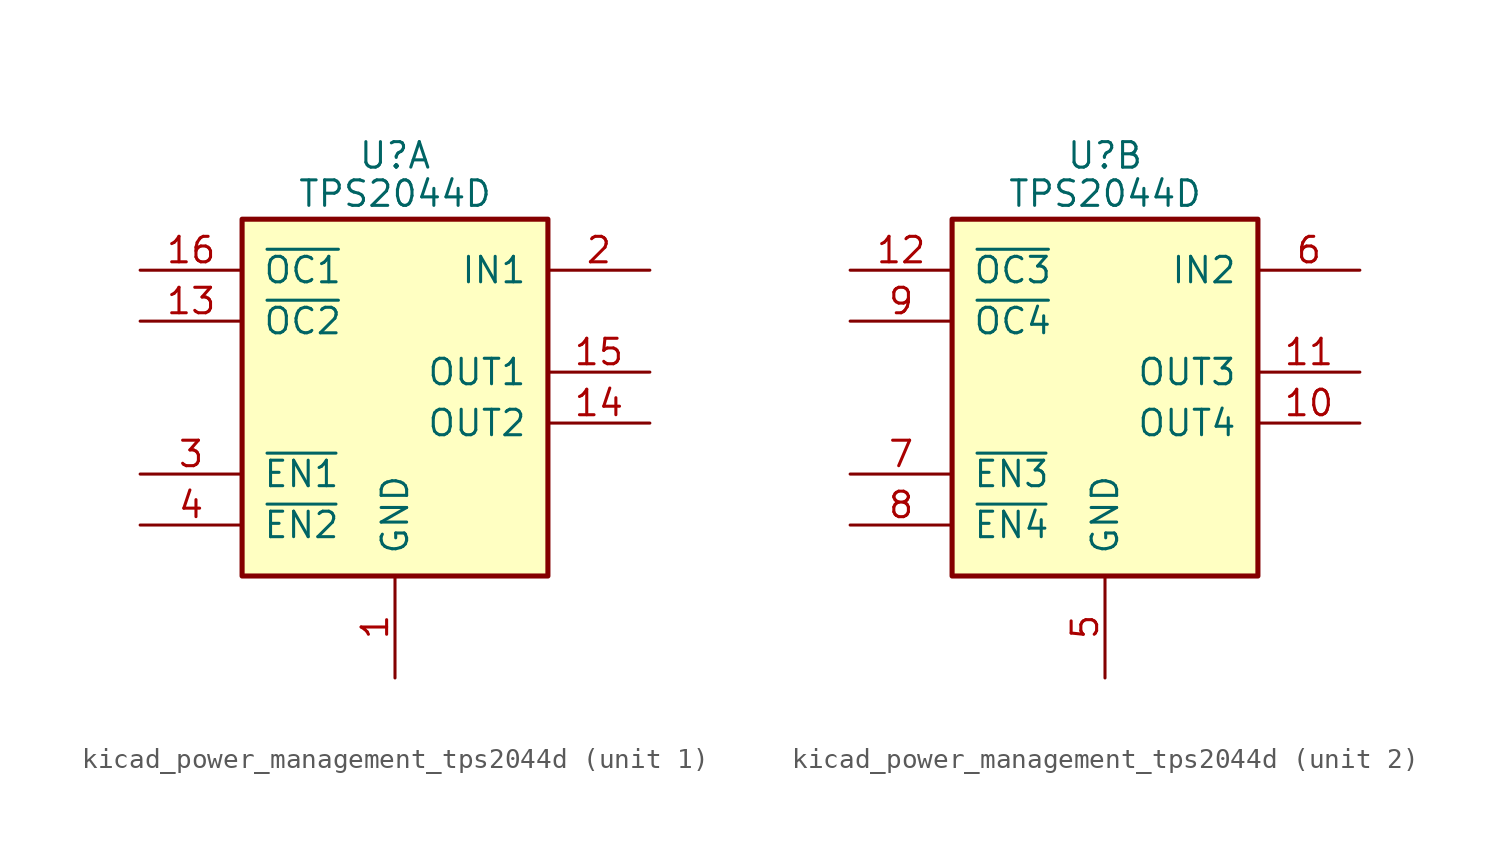
<source format=kicad_sym>
(kicad_symbol_lib
  (version 20220914)
  (generator kicad_symbol_editor)
  (symbol "kicad_power_management_tps2044d"
    (pin_names
      (offset 1.016))
    (property "Reference" "U"
      (at 0 10.795 0)
      (effects (font (size 1.27 1.27))))
    (property "Value" "TPS2044D"
      (at 0 8.89 0)
      (effects (font (size 1.27 1.27))))
    (property "ki_locked" ""
      (at 0 0 0)
      (effects (font (size 1.27 1.27))))
    (symbol "kicad_power_management_tps2044d_0_1"
      (rectangle (start -7.62 7.62) (end 7.62 -10.16) (stroke (width 0.254) (type default)) (fill (type background))))
    (symbol "kicad_power_management_tps2044d_1_1"
      (pin power_in line (at 0 -15.24 90) (length 5.08) (name "GND" (effects (font (size 1.27 1.27)))) (number "1" (effects (font (size 1.27 1.27)))))
      (pin open_collector line (at -12.7 2.54 0) (length 5.08) (name "~{OC2}" (effects (font (size 1.27 1.27)))) (number "13" (effects (font (size 1.27 1.27)))))
      (pin power_out line (at 12.7 -2.54 180) (length 5.08) (name "OUT2" (effects (font (size 1.27 1.27)))) (number "14" (effects (font (size 1.27 1.27)))))
      (pin power_out line (at 12.7 0 180) (length 5.08) (name "OUT1" (effects (font (size 1.27 1.27)))) (number "15" (effects (font (size 1.27 1.27)))))
      (pin open_collector line (at -12.7 5.08 0) (length 5.08) (name "~{OC1}" (effects (font (size 1.27 1.27)))) (number "16" (effects (font (size 1.27 1.27)))))
      (pin power_in line (at 12.7 5.08 180) (length 5.08) (name "IN1" (effects (font (size 1.27 1.27)))) (number "2" (effects (font (size 1.27 1.27)))))
      (pin input line (at -12.7 -5.08 0) (length 5.08) (name "~{EN1}" (effects (font (size 1.27 1.27)))) (number "3" (effects (font (size 1.27 1.27)))))
      (pin input line (at -12.7 -7.62 0) (length 5.08) (name "~{EN2}" (effects (font (size 1.27 1.27)))) (number "4" (effects (font (size 1.27 1.27))))))
    (symbol "kicad_power_management_tps2044d_2_1"
      (pin power_out line (at 12.7 -2.54 180) (length 5.08) (name "OUT4" (effects (font (size 1.27 1.27)))) (number "10" (effects (font (size 1.27 1.27)))))
      (pin power_out line (at 12.7 0 180) (length 5.08) (name "OUT3" (effects (font (size 1.27 1.27)))) (number "11" (effects (font (size 1.27 1.27)))))
      (pin open_collector line (at -12.7 5.08 0) (length 5.08) (name "~{OC3}" (effects (font (size 1.27 1.27)))) (number "12" (effects (font (size 1.27 1.27)))))
      (pin power_in line (at 0 -15.24 90) (length 5.08) (name "GND" (effects (font (size 1.27 1.27)))) (number "5" (effects (font (size 1.27 1.27)))))
      (pin power_in line (at 12.7 5.08 180) (length 5.08) (name "IN2" (effects (font (size 1.27 1.27)))) (number "6" (effects (font (size 1.27 1.27)))))
      (pin input line (at -12.7 -5.08 0) (length 5.08) (name "~{EN3}" (effects (font (size 1.27 1.27)))) (number "7" (effects (font (size 1.27 1.27)))))
      (pin input line (at -12.7 -7.62 0) (length 5.08) (name "~{EN4}" (effects (font (size 1.27 1.27)))) (number "8" (effects (font (size 1.27 1.27)))))
      (pin open_collector line (at -12.7 2.54 0) (length 5.08) (name "~{OC4}" (effects (font (size 1.27 1.27)))) (number "9" (effects (font (size 1.27 1.27))))))))
</source>
